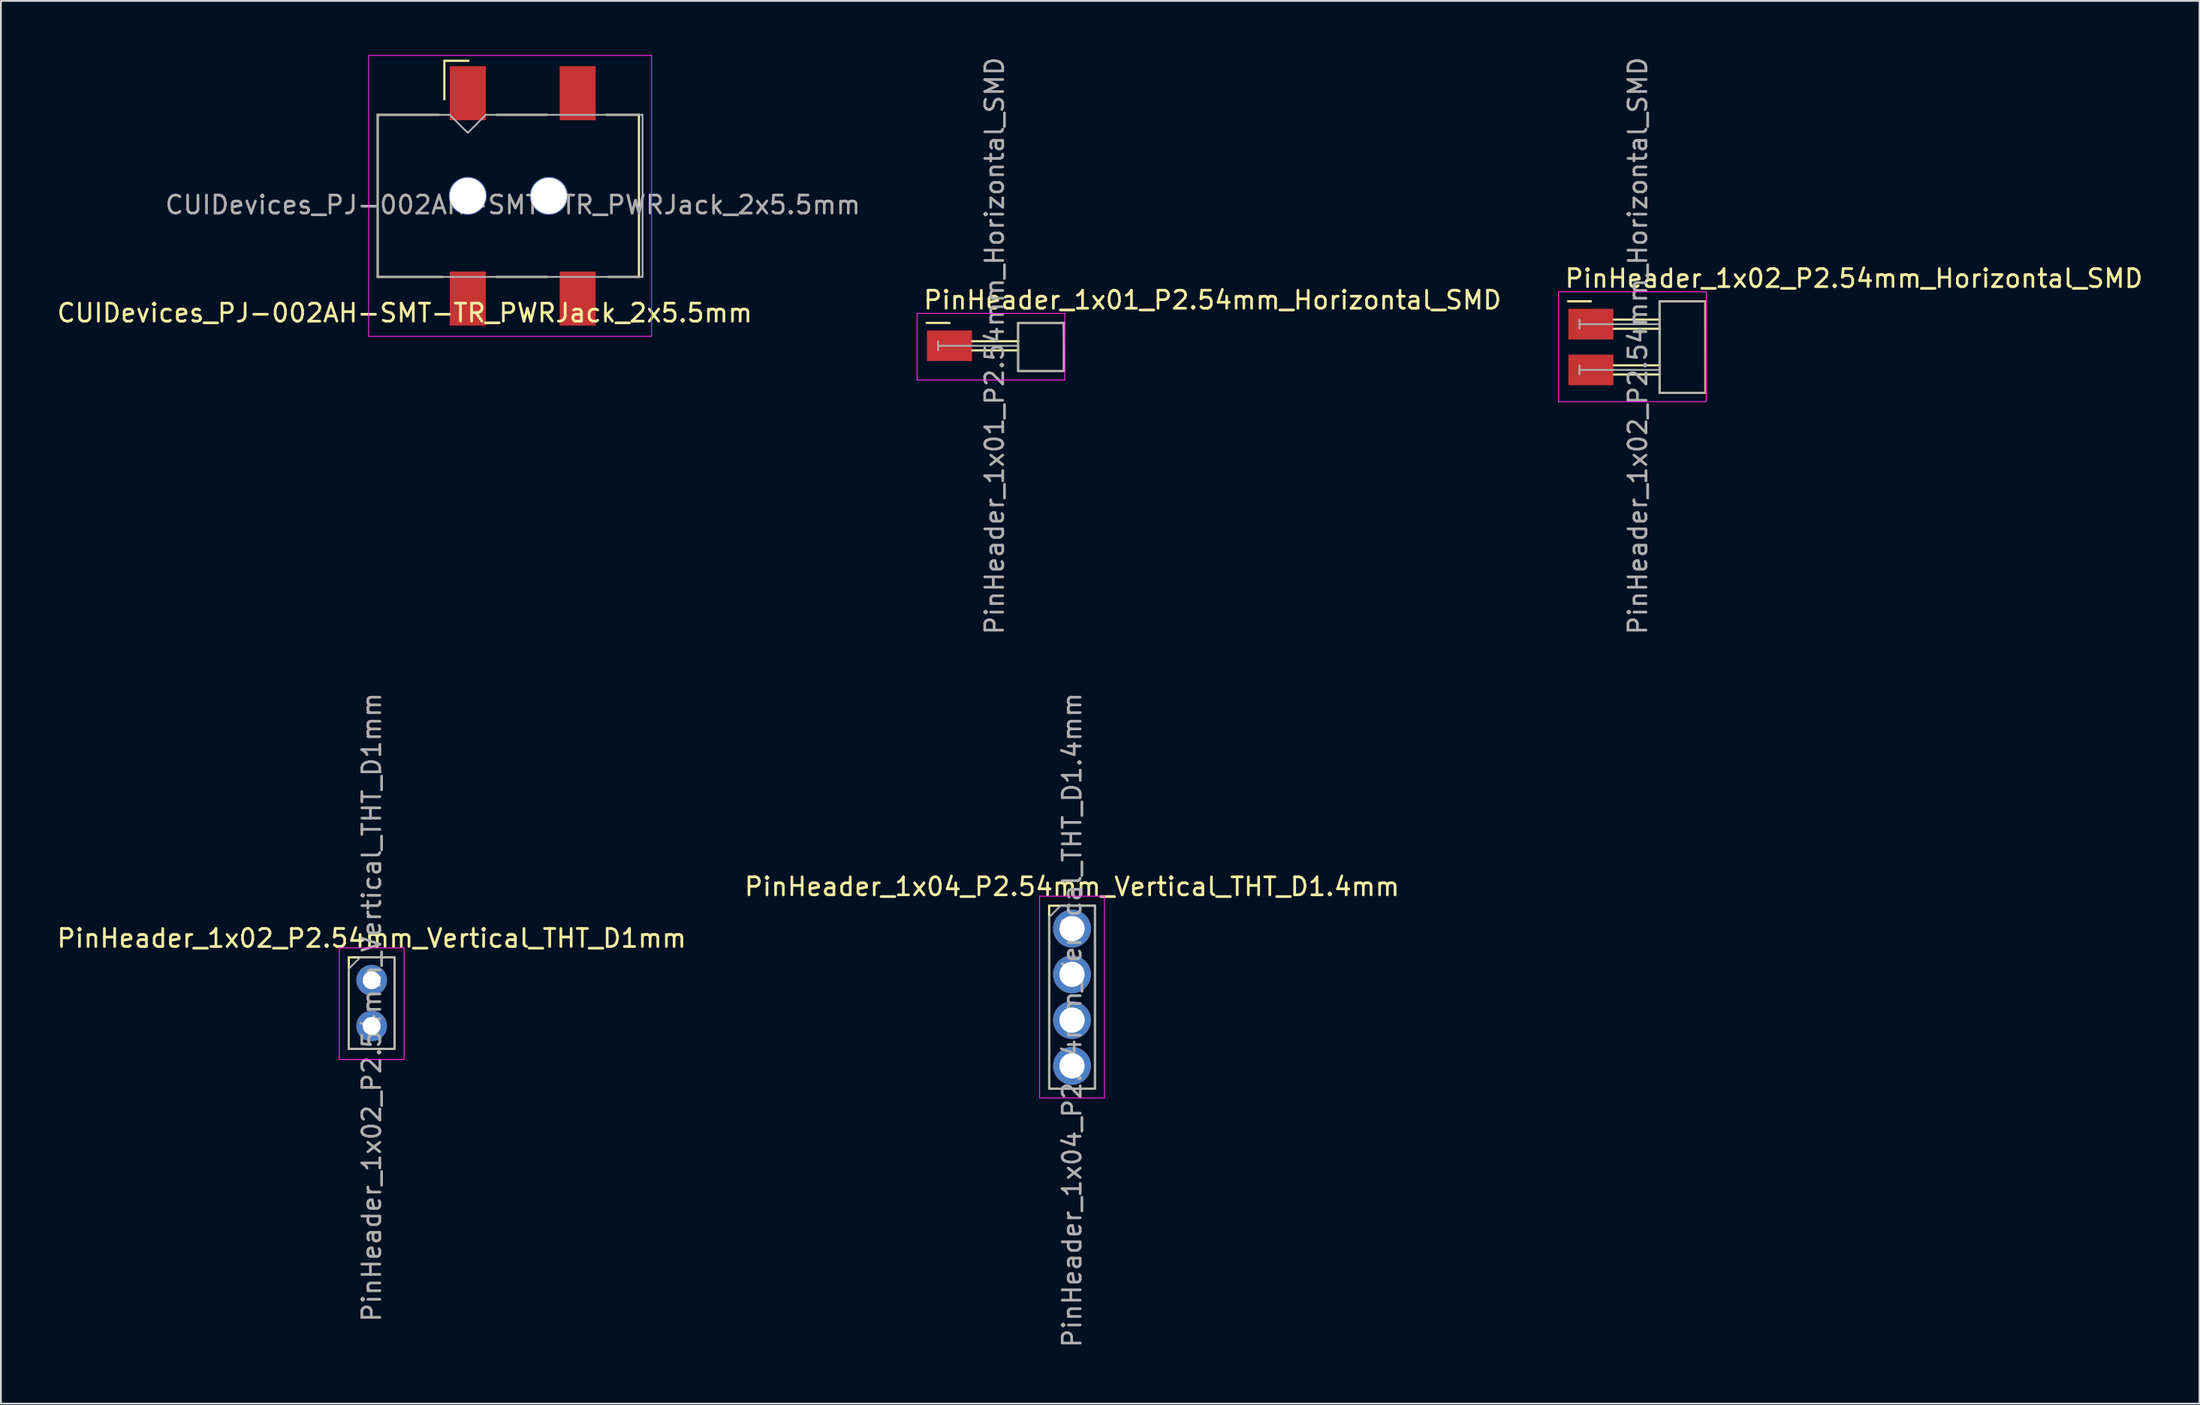
<source format=kicad_pcb>
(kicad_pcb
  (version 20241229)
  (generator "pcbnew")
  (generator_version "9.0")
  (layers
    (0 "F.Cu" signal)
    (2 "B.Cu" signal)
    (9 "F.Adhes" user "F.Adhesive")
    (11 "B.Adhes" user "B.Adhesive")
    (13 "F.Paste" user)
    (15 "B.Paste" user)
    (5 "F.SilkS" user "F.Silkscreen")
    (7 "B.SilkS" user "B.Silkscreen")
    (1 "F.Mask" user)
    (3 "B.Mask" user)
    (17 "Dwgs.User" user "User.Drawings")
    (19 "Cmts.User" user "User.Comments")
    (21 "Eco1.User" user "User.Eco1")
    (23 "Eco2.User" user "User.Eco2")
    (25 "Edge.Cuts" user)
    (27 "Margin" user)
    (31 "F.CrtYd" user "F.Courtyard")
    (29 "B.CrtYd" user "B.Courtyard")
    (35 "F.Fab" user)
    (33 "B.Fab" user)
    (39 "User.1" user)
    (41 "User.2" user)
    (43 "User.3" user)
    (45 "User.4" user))
  (footprint "CUIDevices_PJ-002AH-SMT-TR_PWRJack_2x5.5mm"
    (layer "F.Cu")
    (at 25.911 7.825)
    (property "Reference" "CUIDevices_PJ-002AH-SMT-TR_PWRJack_2x5.5mm" (at -6.5 6.5 180) (layer "F.SilkS") (effects (font (size 1 1) (thickness 0.15))))
    (attr smd)
    (fp_line (start -8 -4.5) (end -4.6 -4.5) (stroke (width 0.12) (type solid)) (layer "F.SilkS"))
    (fp_line (start -8 4.5) (end -8 -4.5) (stroke (width 0.12) (type solid)) (layer "F.SilkS"))
    (fp_line (start -8 4.5) (end -4.39 4.5) (stroke (width 0.12) (type solid)) (layer "F.SilkS"))
    (fp_line (start -4.3 -7.5) (end -4.3 -5.36) (stroke (width 0.12) (type solid)) (layer "F.SilkS"))
    (fp_line (start -2.96 -7.5) (end -4.3 -7.5) (stroke (width 0.12) (type solid)) (layer "F.SilkS"))
    (fp_line (start -1.4 -4.5) (end 1.4 -4.5) (stroke (width 0.12) (type solid)) (layer "F.SilkS"))
    (fp_line (start -1.4 4.5) (end 1.4 4.5) (stroke (width 0.12) (type solid)) (layer "F.SilkS"))
    (fp_line (start 4.7 -4.5) (end 6.5 -4.5) (stroke (width 0.12) (type solid)) (layer "F.SilkS"))
    (fp_line (start 6.5 -4.5) (end 6.5 4.5) (stroke (width 0.12) (type solid)) (layer "F.SilkS"))
    (fp_line (start 6.5 4.5) (end 4.8 4.5) (stroke (width 0.12) (type solid)) (layer "F.SilkS"))
    (fp_line (start -8.5 -7.8) (end 7.2 -7.8) (stroke (width 0.05) (type solid)) (layer "F.CrtYd"))
    (fp_line (start -8.5 7.8) (end -8.5 -7.8) (stroke (width 0.05) (type solid)) (layer "F.CrtYd"))
    (fp_line (start -8.5 7.8) (end 7.2 7.8) (stroke (width 0.05) (type solid)) (layer "F.CrtYd"))
    (fp_line (start 7.2 7.8) (end 7.2 -7.8) (stroke (width 0.05) (type solid)) (layer "F.CrtYd"))
    (fp_line (start -8 -4.5) (end -4 -4.5) (stroke (width 0.1) (type solid)) (layer "F.Fab"))
    (fp_line (start -8 4.5) (end -8 -4.5) (stroke (width 0.1) (type solid)) (layer "F.Fab"))
    (fp_line (start -8 4.5) (end 6.7 4.5) (stroke (width 0.1) (type solid)) (layer "F.Fab"))
    (fp_line (start -4 -4.5) (end -3 -3.5) (stroke (width 0.1) (type solid)) (layer "F.Fab"))
    (fp_line (start -3 -3.5) (end -2 -4.5) (stroke (width 0.1) (type solid)) (layer "F.Fab"))
    (fp_line (start -2 -4.5) (end 6.7 -4.5) (stroke (width 0.1) (type solid)) (layer "F.Fab"))
    (fp_line (start 6.7 4.5) (end 6.7 -4.5) (stroke (width 0.1) (type solid)) (layer "F.Fab"))
    (fp_text user "${REFERENCE}" (at -0.5 0.5 180) (layer "F.Fab") (effects (font (size 1 1) (thickness 0.15))))
    (pad "" thru_hole circle (at -3 0 90) (size 2.1 2.1) (drill 2) (layers "*.Cu" "*.Mask"))
    (pad "" thru_hole circle (at 1.5 0 90) (size 2.1 2.1) (drill 2) (layers "*.Cu" "*.Mask"))
    (pad "1" smd rect (at -3 -5.7 90) (size 3 2) (layers "F.Cu" "F.Mask" "F.Paste"))
    (pad "1" smd rect (at 3.1 -5.7 90) (size 3 2) (layers "F.Cu" "F.Mask" "F.Paste"))
    (pad "2" smd rect (at 3.1 5.7 90) (size 3 2) (layers "F.Cu" "F.Mask" "F.Paste"))
    (pad "3" smd rect (at -3 5.7 90) (size 3 2) (layers "F.Cu" "F.Mask" "F.Paste")))
  (footprint "PinHeader_1x02_P2.54mm_Horizontal_SMD"
    (layer "F.Cu")
    (at 85.245 14.949)
    (property "Reference" "PinHeader_1x02_P2.54mm_Horizontal_SMD" (at -1.524 -2.54 180) (layer "F.SilkS") (effects (font (size 1 1) (thickness 0.15)) (justify left)))
    (attr smd)
    (fp_line (start -1.27 -1.27) (end 0 -1.27) (stroke (width 0.12) (type solid)) (layer "F.SilkS"))
    (fp_line (start 3.81 -1.27) (end 6.35 -1.27) (stroke (width 0.12) (type solid)) (layer "F.SilkS"))
    (fp_line (start 3.81 -0.254) (end 1.27 -0.254) (stroke (width 0.12) (type solid)) (layer "F.SilkS"))
    (fp_line (start 3.81 0.254) (end 1.27 0.254) (stroke (width 0.12) (type solid)) (layer "F.SilkS"))
    (fp_line (start 3.81 2.286) (end 1.27 2.286) (stroke (width 0.12) (type solid)) (layer "F.SilkS"))
    (fp_line (start 3.81 2.794) (end 1.27 2.794) (stroke (width 0.12) (type solid)) (layer "F.SilkS"))
    (fp_line (start 3.81 3.81) (end 3.81 -1.27) (stroke (width 0.12) (type solid)) (layer "F.SilkS"))
    (fp_line (start 6.35 -1.27) (end 6.35 3.81) (stroke (width 0.12) (type solid)) (layer "F.SilkS"))
    (fp_line (start 6.35 3.81) (end 3.81 3.81) (stroke (width 0.12) (type solid)) (layer "F.SilkS"))
    (fp_line (start -1.8 -1.8) (end -1.8 4.3) (stroke (width 0.05) (type solid)) (layer "F.CrtYd"))
    (fp_line (start -1.8 4.3) (end 6.4 4.3) (stroke (width 0.05) (type solid)) (layer "F.CrtYd"))
    (fp_line (start 6.4 -1.8) (end -1.8 -1.8) (stroke (width 0.05) (type solid)) (layer "F.CrtYd"))
    (fp_line (start 6.4 4.3) (end 6.4 -1.8) (stroke (width 0.05) (type solid)) (layer "F.CrtYd"))
    (fp_line (start -0.635 -0.254) (end -0.635 0.254) (stroke (width 0.1) (type solid)) (layer "F.Fab"))
    (fp_line (start -0.635 2.286) (end -0.635 2.794) (stroke (width 0.1) (type solid)) (layer "F.Fab"))
    (fp_line (start 3.8 -1.27) (end 6.34 -1.27) (stroke (width 0.1) (type solid)) (layer "F.Fab"))
    (fp_line (start 3.8 3.81) (end 6.35 3.81) (stroke (width 0.1) (type solid)) (layer "F.Fab"))
    (fp_line (start 3.81 0) (end -0.635 0) (stroke (width 0.1) (type solid)) (layer "F.Fab"))
    (fp_line (start 3.81 2.54) (end -0.635 2.54) (stroke (width 0.1) (type solid)) (layer "F.Fab"))
    (fp_line (start 3.81 3.81) (end 3.8 -1.27) (stroke (width 0.1) (type solid)) (layer "F.Fab"))
    (fp_line (start 6.34 -1.27) (end 6.35 3.81) (stroke (width 0.1) (type solid)) (layer "F.Fab"))
    (fp_text user "${REFERENCE}" (at 2.6 1.2 90) (layer "F.Fab") (effects (font (size 1 1) (thickness 0.15))))
    (pad "1" smd rect (at 0 0) (size 2.5 1.7) (layers "F.Cu" "F.Mask" "F.Paste"))
    (pad "2" smd rect (at 0 2.54) (size 2.5 1.7) (layers "F.Cu" "F.Mask" "F.Paste")))
  (footprint "PinHeader_1x02_P2.54mm_Vertical_THT_D1mm"
    (layer "F.Cu")
    (at 17.577 51.375)
    (property "Reference" "PinHeader_1x02_P2.54mm_Vertical_THT_D1mm" (at 0 -2.33 0) (layer "F.SilkS") (effects (font (size 1 1) (thickness 0.15))))
    (attr through_hole)
    (fp_line (start -1.27 -1.27) (end -1.27 3.81) (stroke (width 0.12) (type solid)) (layer "F.SilkS"))
    (fp_line (start -1.27 -1.27) (end 1.27 -1.27) (stroke (width 0.12) (type solid)) (layer "F.SilkS"))
    (fp_line (start -1.27 3.81) (end 1.27 3.81) (stroke (width 0.12) (type solid)) (layer "F.SilkS"))
    (fp_line (start 1.27 -1.27) (end 1.27 3.81) (stroke (width 0.12) (type solid)) (layer "F.SilkS"))
    (fp_line (start -1.8 -1.8) (end -1.8 4.4) (stroke (width 0.05) (type solid)) (layer "F.CrtYd"))
    (fp_line (start -1.8 4.4) (end 1.8 4.4) (stroke (width 0.05) (type solid)) (layer "F.CrtYd"))
    (fp_line (start 1.8 -1.8) (end -1.8 -1.8) (stroke (width 0.05) (type solid)) (layer "F.CrtYd"))
    (fp_line (start 1.8 4.4) (end 1.8 -1.8) (stroke (width 0.05) (type solid)) (layer "F.CrtYd"))
    (fp_line (start -1.27 -0.635) (end -0.635 -1.27) (stroke (width 0.1) (type solid)) (layer "F.Fab"))
    (fp_line (start -1.27 3.81) (end -1.27 -0.635) (stroke (width 0.1) (type solid)) (layer "F.Fab"))
    (fp_line (start -0.635 -1.27) (end 1.27 -1.27) (stroke (width 0.1) (type solid)) (layer "F.Fab"))
    (fp_line (start 1.27 -1.27) (end 1.27 3.81) (stroke (width 0.1) (type solid)) (layer "F.Fab"))
    (fp_line (start 1.27 3.81) (end -1.27 3.81) (stroke (width 0.1) (type solid)) (layer "F.Fab"))
    (fp_text user "${REFERENCE}" (at 0 1.5 90) (layer "F.Fab") (effects (font (size 1 1) (thickness 0.15))))
    (pad "1" thru_hole oval (at 0 0) (size 1.7 1.7) (drill 1) (layers "*.Cu" "*.Mask"))
    (pad "2" thru_hole oval (at 0 2.54) (size 1.7 1.7) (drill 1) (layers "*.Cu" "*.Mask")))
  (footprint "PinHeader_1x04_P2.54mm_Vertical_THT_D1.4mm"
    (layer "F.Cu")
    (at 56.446 48.509)
    (property "Reference" "PinHeader_1x04_P2.54mm_Vertical_THT_D1.4mm" (at 0 -2.33 0) (layer "F.SilkS") (effects (font (size 1 1) (thickness 0.15))))
    (attr through_hole)
    (fp_line (start -1.27 -1.27) (end -1.27 8.89) (stroke (width 0.12) (type solid)) (layer "F.SilkS"))
    (fp_line (start -1.27 -1.27) (end 1.27 -1.27) (stroke (width 0.12) (type solid)) (layer "F.SilkS"))
    (fp_line (start -1.27 8.89) (end 1.27 8.89) (stroke (width 0.12) (type solid)) (layer "F.SilkS"))
    (fp_line (start 1.27 -1.27) (end 1.27 8.89) (stroke (width 0.12) (type solid)) (layer "F.SilkS"))
    (fp_line (start -1.8 -1.8) (end -1.8 9.4) (stroke (width 0.05) (type solid)) (layer "F.CrtYd"))
    (fp_line (start -1.8 9.4) (end 1.8 9.4) (stroke (width 0.05) (type solid)) (layer "F.CrtYd"))
    (fp_line (start 1.8 -1.8) (end -1.8 -1.8) (stroke (width 0.05) (type solid)) (layer "F.CrtYd"))
    (fp_line (start 1.8 9.4) (end 1.8 -1.8) (stroke (width 0.05) (type solid)) (layer "F.CrtYd"))
    (fp_line (start -1.27 -0.635) (end -0.635 -1.27) (stroke (width 0.1) (type solid)) (layer "F.Fab"))
    (fp_line (start -1.27 8.89) (end -1.27 -0.635) (stroke (width 0.1) (type solid)) (layer "F.Fab"))
    (fp_line (start -0.635 -1.27) (end 1.27 -1.27) (stroke (width 0.1) (type solid)) (layer "F.Fab"))
    (fp_line (start 1.27 -1.27) (end 1.27 8.89) (stroke (width 0.1) (type solid)) (layer "F.Fab"))
    (fp_line (start 1.27 8.89) (end -1.27 8.89) (stroke (width 0.1) (type solid)) (layer "F.Fab"))
    (fp_text user "${REFERENCE}" (at 0 5.08 90) (layer "F.Fab") (effects (font (size 1 1) (thickness 0.15))))
    (pad "1" thru_hole circle (at 0 0) (size 2.1 2.1) (drill 1.4) (layers "*.Cu" "*.Mask"))
    (pad "2" thru_hole circle (at 0 2.54) (size 2.1 2.1) (drill 1.4) (layers "*.Cu" "*.Mask"))
    (pad "3" thru_hole circle (at 0 5.08) (size 2.1 2.1) (drill 1.4) (layers "*.Cu" "*.Mask"))
    (pad "4" thru_hole circle (at 0 7.62) (size 2.1 2.1) (drill 1.4) (layers "*.Cu" "*.Mask")))
  (footprint "PinHeader_1x01_P2.54mm_Horizontal_SMD"
    (layer "F.Cu")
    (at 49.646 16.149)
    (property "Reference" "PinHeader_1x01_P2.54mm_Horizontal_SMD" (at -1.524 -2.54 180) (layer "F.SilkS") (effects (font (size 1 1) (thickness 0.15)) (justify left)))
    (attr smd)
    (fp_line (start -1.27 -1.27) (end 0 -1.27) (stroke (width 0.12) (type solid)) (layer "F.SilkS"))
    (fp_line (start 3.81 -1.27) (end 6.35 -1.27) (stroke (width 0.12) (type solid)) (layer "F.SilkS"))
    (fp_line (start 3.81 -0.254) (end 1.27 -0.254) (stroke (width 0.12) (type solid)) (layer "F.SilkS"))
    (fp_line (start 3.81 0.254) (end 1.27 0.254) (stroke (width 0.12) (type solid)) (layer "F.SilkS"))
    (fp_line (start 3.81 1.397) (end 3.81 -1.27) (stroke (width 0.12) (type solid)) (layer "F.SilkS"))
    (fp_line (start 6.35 -1.27) (end 6.35 1.397) (stroke (width 0.12) (type solid)) (layer "F.SilkS"))
    (fp_line (start 6.35 1.397) (end 3.81 1.397) (stroke (width 0.12) (type solid)) (layer "F.SilkS"))
    (fp_line (start -1.8 -1.8) (end -1.8 1.9) (stroke (width 0.05) (type solid)) (layer "F.CrtYd"))
    (fp_line (start -1.8 1.9) (end 6.4 1.9) (stroke (width 0.05) (type solid)) (layer "F.CrtYd"))
    (fp_line (start 6.4 -1.8) (end -1.8 -1.8) (stroke (width 0.05) (type solid)) (layer "F.CrtYd"))
    (fp_line (start 6.4 1.9) (end 6.4 -1.8) (stroke (width 0.05) (type solid)) (layer "F.CrtYd"))
    (fp_line (start -0.635 -0.254) (end -0.635 0.254) (stroke (width 0.1) (type solid)) (layer "F.Fab"))
    (fp_line (start 3.8 -1.27) (end 6.34 -1.27) (stroke (width 0.1) (type solid)) (layer "F.Fab"))
    (fp_line (start 3.81 0) (end -0.635 0) (stroke (width 0.1) (type solid)) (layer "F.Fab"))
    (fp_line (start 3.81 1.4) (end 3.8 -1.27) (stroke (width 0.1) (type solid)) (layer "F.Fab"))
    (fp_line (start 3.81 1.4) (end 6.36 1.4) (stroke (width 0.1) (type solid)) (layer "F.Fab"))
    (fp_line (start 6.34 -1.27) (end 6.36 1.4) (stroke (width 0.1) (type solid)) (layer "F.Fab"))
    (fp_text user "${REFERENCE}" (at 2.5 0 90) (layer "F.Fab") (effects (font (size 1 1) (thickness 0.15))))
    (pad "1" smd rect (at 0 0) (size 2.5 1.7) (layers "F.Cu" "F.Mask" "F.Paste")))
  (gr_rect
    (start -3 -3)
    (end 119.019 74.881)
    (stroke (width 0.1) (type default))
    (fill no)
    (layer "Edge.Cuts")))
</source>
